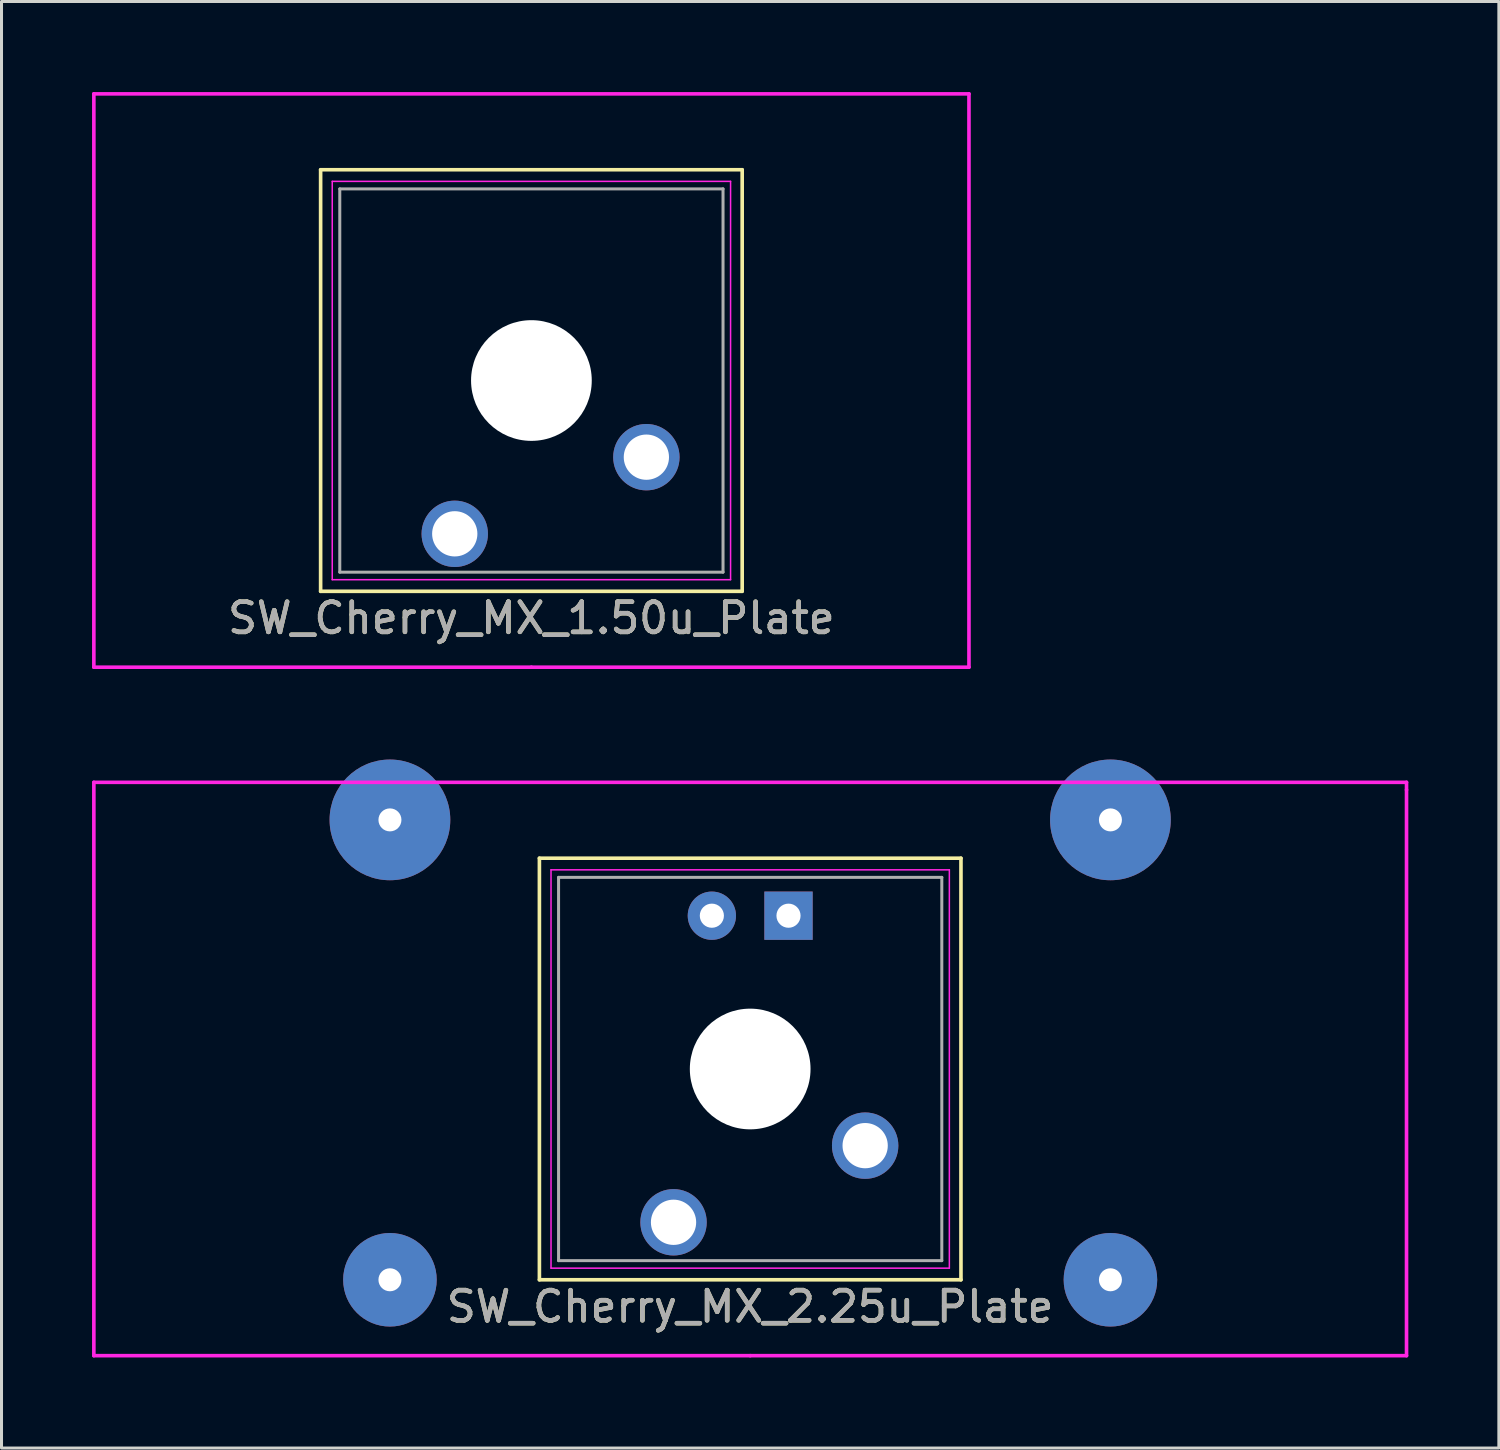
<source format=kicad_pcb>
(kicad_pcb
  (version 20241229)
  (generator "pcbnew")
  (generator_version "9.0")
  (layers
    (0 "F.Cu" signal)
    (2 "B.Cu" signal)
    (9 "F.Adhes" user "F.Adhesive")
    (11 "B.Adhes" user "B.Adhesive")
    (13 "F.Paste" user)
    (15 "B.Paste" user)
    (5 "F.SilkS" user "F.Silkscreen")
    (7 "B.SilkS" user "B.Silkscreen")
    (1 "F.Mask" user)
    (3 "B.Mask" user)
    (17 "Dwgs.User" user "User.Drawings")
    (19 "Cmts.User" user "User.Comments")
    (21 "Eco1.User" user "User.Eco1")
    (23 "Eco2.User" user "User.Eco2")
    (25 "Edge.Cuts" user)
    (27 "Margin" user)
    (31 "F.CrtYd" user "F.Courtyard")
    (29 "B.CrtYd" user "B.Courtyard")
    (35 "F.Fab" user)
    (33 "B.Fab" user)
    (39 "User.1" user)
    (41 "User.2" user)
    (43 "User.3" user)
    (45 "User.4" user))
  (footprint "SW_Cherry_MX_1.50u_Plate"
    (layer "F.Cu")
    (at 14.56 9.56)
    (property "Reference" "SW_Cherry_MX_1.50u_Plate" (at 0 7.874 180) (layer "F.SilkS") (effects (font (size 1 1) (thickness 0.15))))
    (attr through_hole)
    (fp_line (start -6.985 -6.985) (end 6.985 -6.985) (stroke (width 0.12) (type solid)) (layer "F.SilkS"))
    (fp_line (start -6.985 6.985) (end -6.985 -6.985) (stroke (width 0.12) (type solid)) (layer "F.SilkS"))
    (fp_line (start 6.985 -6.985) (end 6.985 6.985) (stroke (width 0.12) (type solid)) (layer "F.SilkS"))
    (fp_line (start 6.985 6.985) (end -6.985 6.985) (stroke (width 0.12) (type solid)) (layer "F.SilkS"))
    (fp_line (start -14.5 -9.5) (end 14.5 -9.5) (stroke (width 0.12) (type solid)) (layer "F.CrtYd"))
    (fp_line (start -14.5 9.5) (end -14.5 -9.5) (stroke (width 0.12) (type solid)) (layer "F.CrtYd"))
    (fp_line (start -6.6 -6.6) (end 6.6 -6.6) (stroke (width 0.05) (type solid)) (layer "F.CrtYd"))
    (fp_line (start -6.6 6.6) (end -6.6 -6.6) (stroke (width 0.05) (type solid)) (layer "F.CrtYd"))
    (fp_line (start 0 9.5) (end -14.5 9.5) (stroke (width 0.12) (type solid)) (layer "F.CrtYd"))
    (fp_line (start 6.6 -6.6) (end 6.6 6.6) (stroke (width 0.05) (type solid)) (layer "F.CrtYd"))
    (fp_line (start 6.6 6.6) (end -6.6 6.6) (stroke (width 0.05) (type solid)) (layer "F.CrtYd"))
    (fp_line (start 14.5 -9.5) (end 14.5 9.5) (stroke (width 0.12) (type solid)) (layer "F.CrtYd"))
    (fp_line (start 14.5 9.5) (end 0 9.5) (stroke (width 0.12) (type solid)) (layer "F.CrtYd"))
    (fp_line (start -6.35 -6.35) (end 6.35 -6.35) (stroke (width 0.1) (type solid)) (layer "F.Fab"))
    (fp_line (start -6.35 6.35) (end -6.35 -6.35) (stroke (width 0.1) (type solid)) (layer "F.Fab"))
    (fp_line (start 6.35 -6.35) (end 6.35 6.35) (stroke (width 0.1) (type solid)) (layer "F.Fab"))
    (fp_line (start 6.35 6.35) (end -6.35 6.35) (stroke (width 0.1) (type solid)) (layer "F.Fab"))
    (fp_text user "${REFERENCE}" (at 0 7.874 180) (layer "F.Fab") (effects (font (size 1 1) (thickness 0.15))))
    (pad "" np_thru_hole circle (at 0 0 180) (size 4 4) (drill 4) (layers "*.Cu" "*.Mask"))
    (pad "1" thru_hole circle (at 3.81 2.54 180) (size 2.2 2.2) (drill 1.5) (layers "*.Cu" "*.Mask"))
    (pad "2" thru_hole circle (at -2.54 5.08 180) (size 2.2 2.2) (drill 1.5) (layers "*.Cu" "*.Mask")))
  (footprint "SW_Cherry_MX_2.25u_Plate"
    (layer "F.Cu")
    (at 21.81 32.375)
    (property "Reference" "SW_Cherry_MX_2.25u_Plate" (at 0 7.874 180) (layer "F.SilkS") (effects (font (size 1 1) (thickness 0.15))))
    (attr through_hole)
    (fp_line (start -6.985 -6.985) (end 6.985 -6.985) (stroke (width 0.12) (type solid)) (layer "F.SilkS"))
    (fp_line (start -6.985 6.985) (end -6.985 -6.985) (stroke (width 0.12) (type solid)) (layer "F.SilkS"))
    (fp_line (start 6.985 -6.985) (end 6.985 6.985) (stroke (width 0.12) (type solid)) (layer "F.SilkS"))
    (fp_line (start 6.985 6.985) (end -6.985 6.985) (stroke (width 0.12) (type solid)) (layer "F.SilkS"))
    (fp_line (start -21.75 -9.5) (end 21.75 -9.5) (stroke (width 0.12) (type solid)) (layer "F.CrtYd"))
    (fp_line (start -21.75 9.5) (end -21.75 -9.5) (stroke (width 0.12) (type solid)) (layer "F.CrtYd"))
    (fp_line (start -6.6 -6.6) (end 6.6 -6.6) (stroke (width 0.05) (type solid)) (layer "F.CrtYd"))
    (fp_line (start -6.6 6.6) (end -6.6 -6.6) (stroke (width 0.05) (type solid)) (layer "F.CrtYd"))
    (fp_line (start 0 9.5) (end -21.75 9.5) (stroke (width 0.12) (type solid)) (layer "F.CrtYd"))
    (fp_line (start 6.6 -6.6) (end 6.6 6.6) (stroke (width 0.05) (type solid)) (layer "F.CrtYd"))
    (fp_line (start 6.6 6.6) (end -6.6 6.6) (stroke (width 0.05) (type solid)) (layer "F.CrtYd"))
    (fp_line (start 21.75 -9.5) (end 21.75 -9.25) (stroke (width 0.12) (type solid)) (layer "F.CrtYd"))
    (fp_line (start 21.75 -9.25) (end 21.75 9.5) (stroke (width 0.12) (type solid)) (layer "F.CrtYd"))
    (fp_line (start 21.75 9.5) (end 0 9.5) (stroke (width 0.12) (type solid)) (layer "F.CrtYd"))
    (fp_line (start -6.35 -6.35) (end 6.35 -6.35) (stroke (width 0.1) (type solid)) (layer "F.Fab"))
    (fp_line (start -6.35 6.35) (end -6.35 -6.35) (stroke (width 0.1) (type solid)) (layer "F.Fab"))
    (fp_line (start 6.35 -6.35) (end 6.35 6.35) (stroke (width 0.1) (type solid)) (layer "F.Fab"))
    (fp_line (start 6.35 6.35) (end -6.35 6.35) (stroke (width 0.1) (type solid)) (layer "F.Fab"))
    (fp_text user "${REFERENCE}" (at 0 7.874 180) (layer "F.Fab") (effects (font (size 1 1) (thickness 0.15))))
    (pad "" np_thru_hole circle (at -11.938 -8.255) (size 4 4) (drill 0.762) (layers "*.Cu" "*.Mask"))
    (pad "" np_thru_hole circle (at -11.938 6.985) (size 3.1 3.1) (drill 0.762) (layers "*.Cu" "*.Mask"))
    (pad "" np_thru_hole circle (at 0 0 180) (size 4 4) (drill 4) (layers "*.Cu" "*.Mask"))
    (pad "" np_thru_hole circle (at 11.938 -8.255) (size 4 4) (drill 0.762) (layers "*.Cu" "*.Mask"))
    (pad "" np_thru_hole circle (at 11.938 6.985) (size 3.1 3.1) (drill 0.762) (layers "*.Cu" "*.Mask"))
    (pad "1" thru_hole circle (at 3.81 2.54 180) (size 2.2 2.2) (drill 1.5) (layers "*.Cu" "*.Mask"))
    (pad "2" thru_hole rect (at 1.27 -5.08 180) (size 1.6 1.6) (drill 0.8) (layers "*.Cu" "*.Mask"))
    (pad "3" thru_hole circle (at -1.27 -5.08 180) (size 1.6 1.6) (drill 0.8) (layers "*.Cu" "*.Mask"))
    (pad "4" thru_hole circle (at -2.54 5.08 180) (size 2.2 2.2) (drill 1.5) (layers "*.Cu" "*.Mask")))
  (gr_rect
    (start -3 -3)
    (end 46.62 44.935)
    (stroke (width 0.1) (type default))
    (fill no)
    (layer "Edge.Cuts")))
</source>
